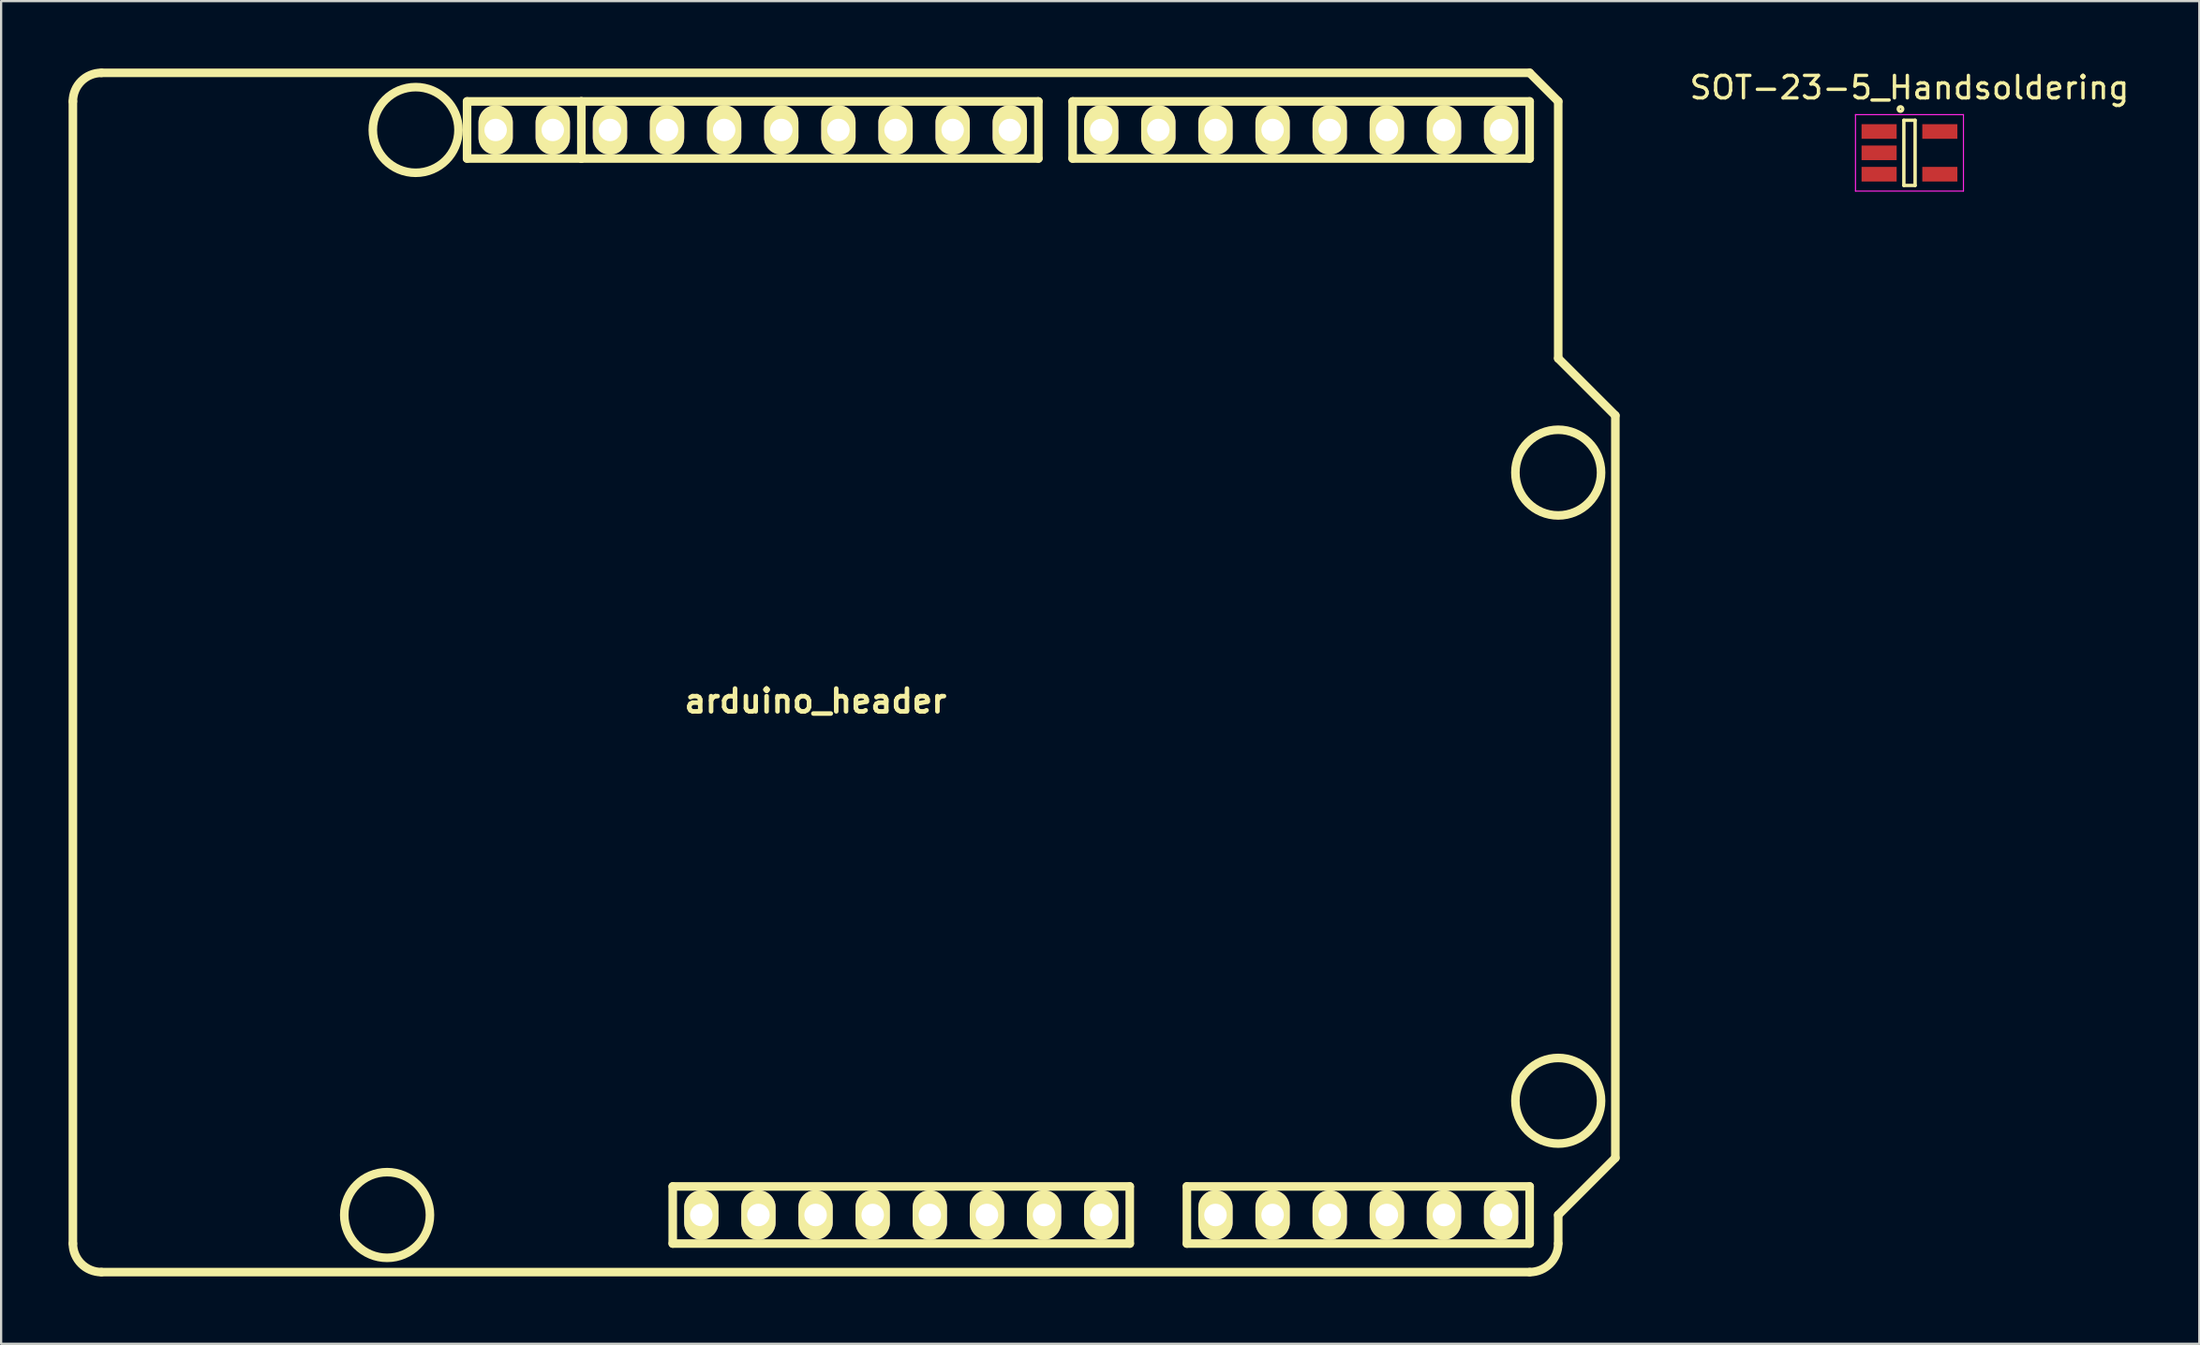
<source format=kicad_pcb>
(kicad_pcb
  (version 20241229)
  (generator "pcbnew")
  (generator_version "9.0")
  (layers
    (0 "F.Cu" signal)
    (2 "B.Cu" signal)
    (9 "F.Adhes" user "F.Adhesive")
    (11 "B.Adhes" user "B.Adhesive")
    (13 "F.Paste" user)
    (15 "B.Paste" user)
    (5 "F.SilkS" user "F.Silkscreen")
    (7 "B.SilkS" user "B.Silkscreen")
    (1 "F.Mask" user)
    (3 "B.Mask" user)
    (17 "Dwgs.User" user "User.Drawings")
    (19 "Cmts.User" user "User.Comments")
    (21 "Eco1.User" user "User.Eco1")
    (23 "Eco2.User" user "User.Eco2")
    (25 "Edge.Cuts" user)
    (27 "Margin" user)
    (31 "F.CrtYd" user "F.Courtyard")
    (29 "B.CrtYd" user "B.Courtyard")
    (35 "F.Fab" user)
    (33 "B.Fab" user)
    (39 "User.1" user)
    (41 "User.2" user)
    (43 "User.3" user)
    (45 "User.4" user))
  (footprint "arduino_header"
    (layer "F.Cu")
    (at 33.211 26.86)
    (property "Reference" "arduino_header" (at 0 1.27 0) (layer "F.SilkS") (effects (font (size 1.016 1.016) (thickness 0.203))))
    (attr through_hole)
    (fp_line (start -33.02 25.4) (end -33.02 -25.4) (stroke (width 0.381) (type solid)) (layer "F.SilkS"))
    (fp_line (start -31.75 26.67) (end 31.75 26.67) (stroke (width 0.381) (type solid)) (layer "F.SilkS"))
    (fp_line (start -15.494 -25.4) (end -15.494 -22.86) (stroke (width 0.381) (type solid)) (layer "F.SilkS"))
    (fp_line (start -15.494 -22.86) (end -10.414 -22.86) (stroke (width 0.381) (type solid)) (layer "F.SilkS"))
    (fp_line (start -10.414 -25.4) (end -15.494 -25.4) (stroke (width 0.381) (type solid)) (layer "F.SilkS"))
    (fp_line (start -10.414 -22.86) (end -10.414 -25.4) (stroke (width 0.381) (type solid)) (layer "F.SilkS"))
    (fp_line (start -6.35 25.4) (end -6.35 22.86) (stroke (width 0.381) (type solid)) (layer "F.SilkS"))
    (fp_line (start -6.35 25.4) (end 13.97 25.4) (stroke (width 0.381) (type solid)) (layer "F.SilkS"))
    (fp_line (start 9.906 -25.4) (end -10.414 -25.4) (stroke (width 0.381) (type solid)) (layer "F.SilkS"))
    (fp_line (start 9.906 -22.86) (end -10.414 -22.86) (stroke (width 0.381) (type solid)) (layer "F.SilkS"))
    (fp_line (start 9.906 -22.86) (end 9.906 -25.4) (stroke (width 0.381) (type solid)) (layer "F.SilkS"))
    (fp_line (start 11.43 -25.4) (end 31.75 -25.4) (stroke (width 0.381) (type solid)) (layer "F.SilkS"))
    (fp_line (start 11.43 -22.86) (end 11.43 -25.4) (stroke (width 0.381) (type solid)) (layer "F.SilkS"))
    (fp_line (start 13.97 22.86) (end -6.35 22.86) (stroke (width 0.381) (type solid)) (layer "F.SilkS"))
    (fp_line (start 13.97 22.86) (end 13.97 25.4) (stroke (width 0.381) (type solid)) (layer "F.SilkS"))
    (fp_line (start 16.51 22.86) (end 16.51 25.4) (stroke (width 0.381) (type solid)) (layer "F.SilkS"))
    (fp_line (start 16.51 22.86) (end 31.75 22.86) (stroke (width 0.381) (type solid)) (layer "F.SilkS"))
    (fp_line (start 31.75 -26.67) (end -31.75 -26.67) (stroke (width 0.381) (type solid)) (layer "F.SilkS"))
    (fp_line (start 31.75 -26.67) (end 33.02 -25.4) (stroke (width 0.381) (type solid)) (layer "F.SilkS"))
    (fp_line (start 31.75 -25.4) (end 31.75 -22.86) (stroke (width 0.381) (type solid)) (layer "F.SilkS"))
    (fp_line (start 31.75 -22.86) (end 11.43 -22.86) (stroke (width 0.381) (type solid)) (layer "F.SilkS"))
    (fp_line (start 31.75 25.4) (end 16.51 25.4) (stroke (width 0.381) (type solid)) (layer "F.SilkS"))
    (fp_line (start 31.75 25.4) (end 31.75 22.86) (stroke (width 0.381) (type solid)) (layer "F.SilkS"))
    (fp_line (start 33.02 -25.4) (end 33.02 -13.97) (stroke (width 0.381) (type solid)) (layer "F.SilkS"))
    (fp_line (start 33.02 -13.97) (end 35.56 -11.43) (stroke (width 0.381) (type solid)) (layer "F.SilkS"))
    (fp_line (start 33.02 24.13) (end 33.02 25.4) (stroke (width 0.381) (type solid)) (layer "F.SilkS"))
    (fp_line (start 35.56 21.59) (end 33.02 24.13) (stroke (width 0.381) (type solid)) (layer "F.SilkS"))
    (fp_line (start 35.56 21.59) (end 35.56 -11.43) (stroke (width 0.381) (type solid)) (layer "F.SilkS"))
    (fp_arc (start -33.02 -25.4) (mid -32.648026 -26.298026) (end -31.75 -26.67) (stroke (width 0.381) (type solid)) (layer "F.SilkS"))
    (fp_arc (start -31.75 26.67) (mid -32.648026 26.298026) (end -33.02 25.4) (stroke (width 0.381) (type solid)) (layer "F.SilkS"))
    (fp_arc (start 33.02 25.4) (mid 32.648026 26.298026) (end 31.75 26.67) (stroke (width 0.381) (type solid)) (layer "F.SilkS"))
    (fp_circle (center -19.05 24.13) (end -17.145 24.13) (stroke (width 0.381) (type solid)) (fill no) (layer "F.SilkS"))
    (fp_circle (center -17.78 -24.13) (end -15.875 -24.13) (stroke (width 0.381) (type solid)) (fill no) (layer "F.SilkS"))
    (fp_circle (center 33.02 -8.89) (end 34.925 -8.89) (stroke (width 0.381) (type solid)) (fill no) (layer "F.SilkS"))
    (fp_circle (center 33.02 19.05) (end 34.925 19.05) (stroke (width 0.381) (type solid)) (fill no) (layer "F.SilkS"))
    (pad "1" thru_hole oval (at -5.08 24.13) (size 1.524 2.2) (drill 1.001) (layers "*.Cu" "*.Mask" "F.SilkS"))
    (pad "2" thru_hole oval (at -2.54 24.13) (size 1.524 2.2) (drill 1.001) (layers "*.Cu" "*.Mask" "F.SilkS"))
    (pad "3" thru_hole oval (at 0 24.13) (size 1.524 2.2) (drill 1.001) (layers "*.Cu" "*.Mask" "F.SilkS"))
    (pad "4" thru_hole oval (at 2.54 24.13) (size 1.524 2.2) (drill 1.001) (layers "*.Cu" "*.Mask" "F.SilkS"))
    (pad "5" thru_hole oval (at 5.08 24.13) (size 1.524 2.2) (drill 1.001) (layers "*.Cu" "*.Mask" "F.SilkS"))
    (pad "6" thru_hole oval (at 7.62 24.13) (size 1.524 2.2) (drill 1.001) (layers "*.Cu" "*.Mask" "F.SilkS"))
    (pad "7" thru_hole oval (at 10.16 24.13) (size 1.524 2.2) (drill 1.001) (layers "*.Cu" "*.Mask" "F.SilkS"))
    (pad "8" thru_hole oval (at 12.7 24.13) (size 1.524 2.2) (drill 1.001) (layers "*.Cu" "*.Mask" "F.SilkS"))
    (pad "9" thru_hole oval (at 17.78 24.13) (size 1.524 2.2) (drill 1.001) (layers "*.Cu" "*.Mask" "F.SilkS"))
    (pad "10" thru_hole oval (at 20.32 24.13) (size 1.524 2.2) (drill 1.001) (layers "*.Cu" "*.Mask" "F.SilkS"))
    (pad "11" thru_hole oval (at 22.86 24.13) (size 1.524 2.2) (drill 1.001) (layers "*.Cu" "*.Mask" "F.SilkS"))
    (pad "12" thru_hole oval (at 25.4 24.13) (size 1.524 2.2) (drill 1.001) (layers "*.Cu" "*.Mask" "F.SilkS"))
    (pad "13" thru_hole oval (at -11.684 -24.13) (size 1.524 2.197) (drill 0.998) (layers "*.Cu" "*.Mask" "F.SilkS"))
    (pad "13" thru_hole oval (at 27.94 24.13) (size 1.524 2.2) (drill 1.001) (layers "*.Cu" "*.Mask" "F.SilkS"))
    (pad "14" thru_hole oval (at -14.224 -24.13) (size 1.524 2.197) (drill 0.998) (layers "*.Cu" "*.Mask" "F.SilkS"))
    (pad "14" thru_hole oval (at 30.48 24.13) (size 1.524 2.2) (drill 1.001) (layers "*.Cu" "*.Mask" "F.SilkS"))
    (pad "15" thru_hole oval (at 30.48 -24.13) (size 1.524 2.197) (drill 0.998) (layers "*.Cu" "*.Mask" "F.SilkS"))
    (pad "16" thru_hole oval (at 27.94 -24.13) (size 1.524 2.197) (drill 0.998) (layers "*.Cu" "*.Mask" "F.SilkS"))
    (pad "17" thru_hole oval (at 25.4 -24.13) (size 1.524 2.197) (drill 0.998) (layers "*.Cu" "*.Mask" "F.SilkS"))
    (pad "18" thru_hole oval (at 22.86 -24.13) (size 1.524 2.197) (drill 0.998) (layers "*.Cu" "*.Mask" "F.SilkS"))
    (pad "19" thru_hole oval (at 20.32 -24.13) (size 1.524 2.197) (drill 0.998) (layers "*.Cu" "*.Mask" "F.SilkS"))
    (pad "20" thru_hole oval (at 17.78 -24.13) (size 1.524 2.197) (drill 0.998) (layers "*.Cu" "*.Mask" "F.SilkS"))
    (pad "21" thru_hole oval (at 15.24 -24.13) (size 1.524 2.197) (drill 0.998) (layers "*.Cu" "*.Mask" "F.SilkS"))
    (pad "22" thru_hole oval (at 12.7 -24.13) (size 1.524 2.197) (drill 0.998) (layers "*.Cu" "*.Mask" "F.SilkS"))
    (pad "23" thru_hole oval (at 8.636 -24.13) (size 1.524 2.197) (drill 0.998) (layers "*.Cu" "*.Mask" "F.SilkS"))
    (pad "24" thru_hole oval (at 6.096 -24.13) (size 1.524 2.197) (drill 0.998) (layers "*.Cu" "*.Mask" "F.SilkS"))
    (pad "25" thru_hole oval (at 3.556 -24.13) (size 1.524 2.197) (drill 0.998) (layers "*.Cu" "*.Mask" "F.SilkS"))
    (pad "26" thru_hole oval (at 1.016 -24.13) (size 1.524 2.197) (drill 0.998) (layers "*.Cu" "*.Mask" "F.SilkS"))
    (pad "27" thru_hole oval (at -1.524 -24.13) (size 1.524 2.197) (drill 0.998) (layers "*.Cu" "*.Mask" "F.SilkS"))
    (pad "28" thru_hole oval (at -4.064 -24.13) (size 1.524 2.197) (drill 0.998) (layers "*.Cu" "*.Mask" "F.SilkS"))
    (pad "29" thru_hole oval (at -6.604 -24.13) (size 1.524 2.197) (drill 0.998) (layers "*.Cu" "*.Mask" "F.SilkS"))
    (pad "30" thru_hole oval (at -9.141 -24.13) (size 1.524 2.197) (drill 0.998) (layers "*.Cu" "*.Mask" "F.SilkS")))
  (footprint "SOT-23-5_Handsoldering"
    (layer "F.Cu")
    (at 81.848 3.748)
    (property "Reference" "SOT-23-5_Handsoldering" (at 0 -2.9 0) (layer "F.SilkS") (effects (font (size 1 1) (thickness 0.15))))
    (attr smd)
    (fp_line (start -0.25 -1.45) (end -0.25 1.45) (stroke (width 0.15) (type solid)) (layer "F.SilkS"))
    (fp_line (start -0.25 1.45) (end 0.25 1.45) (stroke (width 0.15) (type solid)) (layer "F.SilkS"))
    (fp_line (start 0.25 -1.45) (end -0.25 -1.45) (stroke (width 0.15) (type solid)) (layer "F.SilkS"))
    (fp_line (start 0.25 1.45) (end 0.25 -1.45) (stroke (width 0.15) (type solid)) (layer "F.SilkS"))
    (fp_circle (center -0.4 -1.95) (end -0.3 -1.95) (stroke (width 0.15) (type solid)) (fill no) (layer "F.SilkS"))
    (fp_line (start -2.4 -1.7) (end 2.4 -1.7) (stroke (width 0.05) (type solid)) (layer "F.CrtYd"))
    (fp_line (start -2.4 1.7) (end -2.4 -1.7) (stroke (width 0.05) (type solid)) (layer "F.CrtYd"))
    (fp_line (start 2.4 -1.7) (end 2.4 1.7) (stroke (width 0.05) (type solid)) (layer "F.CrtYd"))
    (fp_line (start 2.4 1.7) (end -2.4 1.7) (stroke (width 0.05) (type solid)) (layer "F.CrtYd"))
    (pad "1" smd rect (at -1.35 -0.95) (size 1.56 0.65) (layers "F.Cu" "F.Mask" "F.Paste"))
    (pad "2" smd rect (at -1.35 0) (size 1.56 0.65) (layers "F.Cu" "F.Mask" "F.Paste"))
    (pad "3" smd rect (at -1.35 0.95) (size 1.56 0.65) (layers "F.Cu" "F.Mask" "F.Paste"))
    (pad "4" smd rect (at 1.35 0.95) (size 1.56 0.65) (layers "F.Cu" "F.Mask" "F.Paste"))
    (pad "5" smd rect (at 1.35 -0.95) (size 1.56 0.65) (layers "F.Cu" "F.Mask" "F.Paste")))
  (gr_rect
    (start -3 -3)
    (end 94.735 56.721)
    (stroke (width 0.1) (type default))
    (fill no)
    (layer "Edge.Cuts")))
</source>
